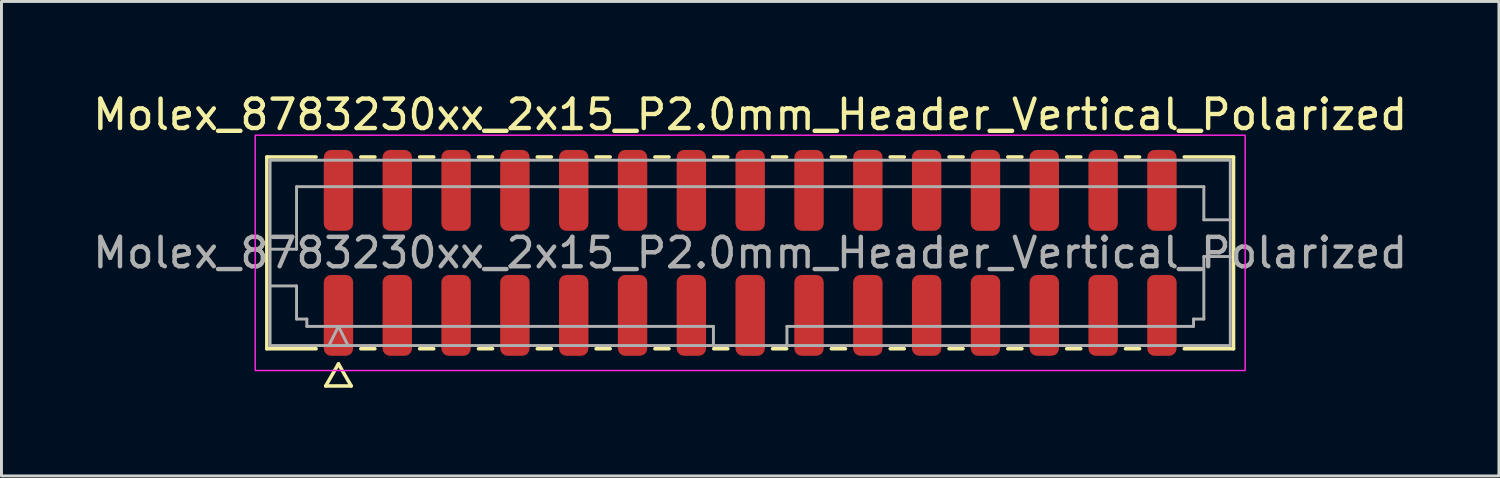
<source format=kicad_pcb>
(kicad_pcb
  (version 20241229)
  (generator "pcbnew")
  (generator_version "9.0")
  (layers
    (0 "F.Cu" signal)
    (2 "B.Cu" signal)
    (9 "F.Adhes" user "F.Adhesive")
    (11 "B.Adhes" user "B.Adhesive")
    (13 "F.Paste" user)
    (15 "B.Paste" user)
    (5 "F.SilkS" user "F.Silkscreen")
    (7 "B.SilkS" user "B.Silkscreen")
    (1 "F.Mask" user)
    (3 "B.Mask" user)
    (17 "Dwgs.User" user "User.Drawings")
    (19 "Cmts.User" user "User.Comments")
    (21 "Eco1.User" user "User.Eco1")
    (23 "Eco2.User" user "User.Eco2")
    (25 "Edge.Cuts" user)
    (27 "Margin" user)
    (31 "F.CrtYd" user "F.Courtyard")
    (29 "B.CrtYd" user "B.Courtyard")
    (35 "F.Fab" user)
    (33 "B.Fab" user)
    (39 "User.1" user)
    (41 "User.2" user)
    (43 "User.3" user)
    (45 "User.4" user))
  (footprint "Molex_8783230xx_2x15_P2.0mm_Header_Vertical_Polarized"
    (layer "F.Cu")
    (at 22.458 5.548)
    (property "Reference" "Molex_8783230xx_2x15_P2.0mm_Header_Vertical_Polarized" (at 0 -4.7 0) (layer "F.SilkS") (effects (font (size 1 1) (thickness 0.15))))
    (attr smd)
    (fp_line (start -16.435 -3.26) (end -14.76 -3.26) (stroke (width 0.12) (type solid)) (layer "F.SilkS"))
    (fp_line (start -16.435 3.26) (end -16.435 -3.26) (stroke (width 0.12) (type solid)) (layer "F.SilkS"))
    (fp_line (start -14.76 3.26) (end -16.435 3.26) (stroke (width 0.12) (type solid)) (layer "F.SilkS"))
    (fp_line (start -14.433 4.525) (end -14 3.775) (stroke (width 0.12) (type solid)) (layer "F.SilkS"))
    (fp_line (start -14 3.775) (end -13.567 4.525) (stroke (width 0.12) (type solid)) (layer "F.SilkS"))
    (fp_line (start -13.567 4.525) (end -14.433 4.525) (stroke (width 0.12) (type solid)) (layer "F.SilkS"))
    (fp_line (start -13.24 -3.26) (end -12.76 -3.26) (stroke (width 0.12) (type solid)) (layer "F.SilkS"))
    (fp_line (start -12.76 3.26) (end -13.24 3.26) (stroke (width 0.12) (type solid)) (layer "F.SilkS"))
    (fp_line (start -11.24 -3.26) (end -10.76 -3.26) (stroke (width 0.12) (type solid)) (layer "F.SilkS"))
    (fp_line (start -10.76 3.26) (end -11.24 3.26) (stroke (width 0.12) (type solid)) (layer "F.SilkS"))
    (fp_line (start -9.24 -3.26) (end -8.76 -3.26) (stroke (width 0.12) (type solid)) (layer "F.SilkS"))
    (fp_line (start -8.76 3.26) (end -9.24 3.26) (stroke (width 0.12) (type solid)) (layer "F.SilkS"))
    (fp_line (start -7.24 -3.26) (end -6.76 -3.26) (stroke (width 0.12) (type solid)) (layer "F.SilkS"))
    (fp_line (start -6.76 3.26) (end -7.24 3.26) (stroke (width 0.12) (type solid)) (layer "F.SilkS"))
    (fp_line (start -5.24 -3.26) (end -4.76 -3.26) (stroke (width 0.12) (type solid)) (layer "F.SilkS"))
    (fp_line (start -4.76 3.26) (end -5.24 3.26) (stroke (width 0.12) (type solid)) (layer "F.SilkS"))
    (fp_line (start -3.24 -3.26) (end -2.76 -3.26) (stroke (width 0.12) (type solid)) (layer "F.SilkS"))
    (fp_line (start -2.76 3.26) (end -3.24 3.26) (stroke (width 0.12) (type solid)) (layer "F.SilkS"))
    (fp_line (start -1.24 -3.26) (end -0.76 -3.26) (stroke (width 0.12) (type solid)) (layer "F.SilkS"))
    (fp_line (start -0.76 3.26) (end -1.24 3.26) (stroke (width 0.12) (type solid)) (layer "F.SilkS"))
    (fp_line (start 0.76 -3.26) (end 1.24 -3.26) (stroke (width 0.12) (type solid)) (layer "F.SilkS"))
    (fp_line (start 1.24 3.26) (end 0.76 3.26) (stroke (width 0.12) (type solid)) (layer "F.SilkS"))
    (fp_line (start 2.76 -3.26) (end 3.24 -3.26) (stroke (width 0.12) (type solid)) (layer "F.SilkS"))
    (fp_line (start 3.24 3.26) (end 2.76 3.26) (stroke (width 0.12) (type solid)) (layer "F.SilkS"))
    (fp_line (start 4.76 -3.26) (end 5.24 -3.26) (stroke (width 0.12) (type solid)) (layer "F.SilkS"))
    (fp_line (start 5.24 3.26) (end 4.76 3.26) (stroke (width 0.12) (type solid)) (layer "F.SilkS"))
    (fp_line (start 6.76 -3.26) (end 7.24 -3.26) (stroke (width 0.12) (type solid)) (layer "F.SilkS"))
    (fp_line (start 7.24 3.26) (end 6.76 3.26) (stroke (width 0.12) (type solid)) (layer "F.SilkS"))
    (fp_line (start 8.76 -3.26) (end 9.24 -3.26) (stroke (width 0.12) (type solid)) (layer "F.SilkS"))
    (fp_line (start 9.24 3.26) (end 8.76 3.26) (stroke (width 0.12) (type solid)) (layer "F.SilkS"))
    (fp_line (start 10.76 -3.26) (end 11.24 -3.26) (stroke (width 0.12) (type solid)) (layer "F.SilkS"))
    (fp_line (start 11.24 3.26) (end 10.76 3.26) (stroke (width 0.12) (type solid)) (layer "F.SilkS"))
    (fp_line (start 12.76 -3.26) (end 13.24 -3.26) (stroke (width 0.12) (type solid)) (layer "F.SilkS"))
    (fp_line (start 13.24 3.26) (end 12.76 3.26) (stroke (width 0.12) (type solid)) (layer "F.SilkS"))
    (fp_line (start 14.76 -3.26) (end 16.435 -3.26) (stroke (width 0.12) (type solid)) (layer "F.SilkS"))
    (fp_line (start 16.435 -3.26) (end 16.435 3.26) (stroke (width 0.12) (type solid)) (layer "F.SilkS"))
    (fp_line (start 16.435 3.26) (end 14.76 3.26) (stroke (width 0.12) (type solid)) (layer "F.SilkS"))
    (fp_rect (start -16.83 -4) (end 16.83 4) (stroke (width 0.05) (type solid)) (fill no) (layer "F.CrtYd"))
    (fp_line (start -16.325 -3.15) (end 16.325 -3.15) (stroke (width 0.1) (type solid)) (layer "F.Fab"))
    (fp_line (start -16.325 -0.125) (end -15.425 -0.125) (stroke (width 0.1) (type solid)) (layer "F.Fab"))
    (fp_line (start -16.325 1.125) (end -15.425 1.125) (stroke (width 0.1) (type solid)) (layer "F.Fab"))
    (fp_line (start -16.325 3.15) (end -16.325 -3.15) (stroke (width 0.1) (type solid)) (layer "F.Fab"))
    (fp_line (start -15.425 -2.25) (end 15.425 -2.25) (stroke (width 0.1) (type solid)) (layer "F.Fab"))
    (fp_line (start -15.425 -0.125) (end -15.425 -2.25) (stroke (width 0.1) (type solid)) (layer "F.Fab"))
    (fp_line (start -15.425 1.125) (end -15.425 2.25) (stroke (width 0.1) (type solid)) (layer "F.Fab"))
    (fp_line (start -15.425 2.25) (end -15.075 2.25) (stroke (width 0.1) (type solid)) (layer "F.Fab"))
    (fp_line (start -15.075 2.25) (end -15.075 2.5) (stroke (width 0.1) (type solid)) (layer "F.Fab"))
    (fp_line (start -15.075 2.5) (end -1.25 2.5) (stroke (width 0.1) (type solid)) (layer "F.Fab"))
    (fp_line (start -14.325 3.15) (end -14 2.5) (stroke (width 0.1) (type solid)) (layer "F.Fab"))
    (fp_line (start -14 2.5) (end -13.675 3.15) (stroke (width 0.1) (type solid)) (layer "F.Fab"))
    (fp_line (start -1.25 2.5) (end -1.25 3.15) (stroke (width 0.1) (type solid)) (layer "F.Fab"))
    (fp_line (start 1.25 2.5) (end 1.25 3.15) (stroke (width 0.1) (type solid)) (layer "F.Fab"))
    (fp_line (start 1.25 2.5) (end 15.075 2.5) (stroke (width 0.1) (type solid)) (layer "F.Fab"))
    (fp_line (start 15.075 2.25) (end 15.425 2.25) (stroke (width 0.1) (type solid)) (layer "F.Fab"))
    (fp_line (start 15.075 2.5) (end 15.075 2.25) (stroke (width 0.1) (type solid)) (layer "F.Fab"))
    (fp_line (start 15.425 -2.25) (end 15.425 -1.125) (stroke (width 0.1) (type solid)) (layer "F.Fab"))
    (fp_line (start 15.425 -1.125) (end 16.325 -1.125) (stroke (width 0.1) (type solid)) (layer "F.Fab"))
    (fp_line (start 15.425 0.125) (end 16.325 0.125) (stroke (width 0.1) (type solid)) (layer "F.Fab"))
    (fp_line (start 15.425 2.25) (end 15.425 0.125) (stroke (width 0.1) (type solid)) (layer "F.Fab"))
    (fp_line (start 16.325 -3.15) (end 16.325 3.15) (stroke (width 0.1) (type solid)) (layer "F.Fab"))
    (fp_line (start 16.325 3.15) (end -16.325 3.15) (stroke (width 0.1) (type solid)) (layer "F.Fab"))
    (fp_text user "${REFERENCE}" (at 0 0 0) (layer "F.Fab") (effects (font (size 1 1) (thickness 0.15))))
    (pad "1" smd roundrect (at -14 2.125) (size 1 2.75) (layers "F.Cu" "F.Mask" "F.Paste") (roundrect_rratio 0.25))
    (pad "2" smd roundrect (at -14 -2.125) (size 1 2.75) (layers "F.Cu" "F.Mask" "F.Paste") (roundrect_rratio 0.25))
    (pad "3" smd roundrect (at -12 2.125) (size 1 2.75) (layers "F.Cu" "F.Mask" "F.Paste") (roundrect_rratio 0.25))
    (pad "4" smd roundrect (at -12 -2.125) (size 1 2.75) (layers "F.Cu" "F.Mask" "F.Paste") (roundrect_rratio 0.25))
    (pad "5" smd roundrect (at -10 2.125) (size 1 2.75) (layers "F.Cu" "F.Mask" "F.Paste") (roundrect_rratio 0.25))
    (pad "6" smd roundrect (at -10 -2.125) (size 1 2.75) (layers "F.Cu" "F.Mask" "F.Paste") (roundrect_rratio 0.25))
    (pad "7" smd roundrect (at -8 2.125) (size 1 2.75) (layers "F.Cu" "F.Mask" "F.Paste") (roundrect_rratio 0.25))
    (pad "8" smd roundrect (at -8 -2.125) (size 1 2.75) (layers "F.Cu" "F.Mask" "F.Paste") (roundrect_rratio 0.25))
    (pad "9" smd roundrect (at -6 2.125) (size 1 2.75) (layers "F.Cu" "F.Mask" "F.Paste") (roundrect_rratio 0.25))
    (pad "10" smd roundrect (at -6 -2.125) (size 1 2.75) (layers "F.Cu" "F.Mask" "F.Paste") (roundrect_rratio 0.25))
    (pad "11" smd roundrect (at -4 2.125) (size 1 2.75) (layers "F.Cu" "F.Mask" "F.Paste") (roundrect_rratio 0.25))
    (pad "12" smd roundrect (at -4 -2.125) (size 1 2.75) (layers "F.Cu" "F.Mask" "F.Paste") (roundrect_rratio 0.25))
    (pad "13" smd roundrect (at -2 2.125) (size 1 2.75) (layers "F.Cu" "F.Mask" "F.Paste") (roundrect_rratio 0.25))
    (pad "14" smd roundrect (at -2 -2.125) (size 1 2.75) (layers "F.Cu" "F.Mask" "F.Paste") (roundrect_rratio 0.25))
    (pad "15" smd roundrect (at 0 2.125) (size 1 2.75) (layers "F.Cu" "F.Mask" "F.Paste") (roundrect_rratio 0.25))
    (pad "16" smd roundrect (at 0 -2.125) (size 1 2.75) (layers "F.Cu" "F.Mask" "F.Paste") (roundrect_rratio 0.25))
    (pad "17" smd roundrect (at 2 2.125) (size 1 2.75) (layers "F.Cu" "F.Mask" "F.Paste") (roundrect_rratio 0.25))
    (pad "18" smd roundrect (at 2 -2.125) (size 1 2.75) (layers "F.Cu" "F.Mask" "F.Paste") (roundrect_rratio 0.25))
    (pad "19" smd roundrect (at 4 2.125) (size 1 2.75) (layers "F.Cu" "F.Mask" "F.Paste") (roundrect_rratio 0.25))
    (pad "20" smd roundrect (at 4 -2.125) (size 1 2.75) (layers "F.Cu" "F.Mask" "F.Paste") (roundrect_rratio 0.25))
    (pad "21" smd roundrect (at 6 2.125) (size 1 2.75) (layers "F.Cu" "F.Mask" "F.Paste") (roundrect_rratio 0.25))
    (pad "22" smd roundrect (at 6 -2.125) (size 1 2.75) (layers "F.Cu" "F.Mask" "F.Paste") (roundrect_rratio 0.25))
    (pad "23" smd roundrect (at 8 2.125) (size 1 2.75) (layers "F.Cu" "F.Mask" "F.Paste") (roundrect_rratio 0.25))
    (pad "24" smd roundrect (at 8 -2.125) (size 1 2.75) (layers "F.Cu" "F.Mask" "F.Paste") (roundrect_rratio 0.25))
    (pad "25" smd roundrect (at 10 2.125) (size 1 2.75) (layers "F.Cu" "F.Mask" "F.Paste") (roundrect_rratio 0.25))
    (pad "26" smd roundrect (at 10 -2.125) (size 1 2.75) (layers "F.Cu" "F.Mask" "F.Paste") (roundrect_rratio 0.25))
    (pad "27" smd roundrect (at 12 2.125) (size 1 2.75) (layers "F.Cu" "F.Mask" "F.Paste") (roundrect_rratio 0.25))
    (pad "28" smd roundrect (at 12 -2.125) (size 1 2.75) (layers "F.Cu" "F.Mask" "F.Paste") (roundrect_rratio 0.25))
    (pad "29" smd roundrect (at 14 2.125) (size 1 2.75) (layers "F.Cu" "F.Mask" "F.Paste") (roundrect_rratio 0.25))
    (pad "30" smd roundrect (at 14 -2.125) (size 1 2.75) (layers "F.Cu" "F.Mask" "F.Paste") (roundrect_rratio 0.25)))
  (gr_rect
    (start -3 -3)
    (end 47.917 13.133)
    (stroke (width 0.1) (type default))
    (fill no)
    (layer "Edge.Cuts")))
</source>
